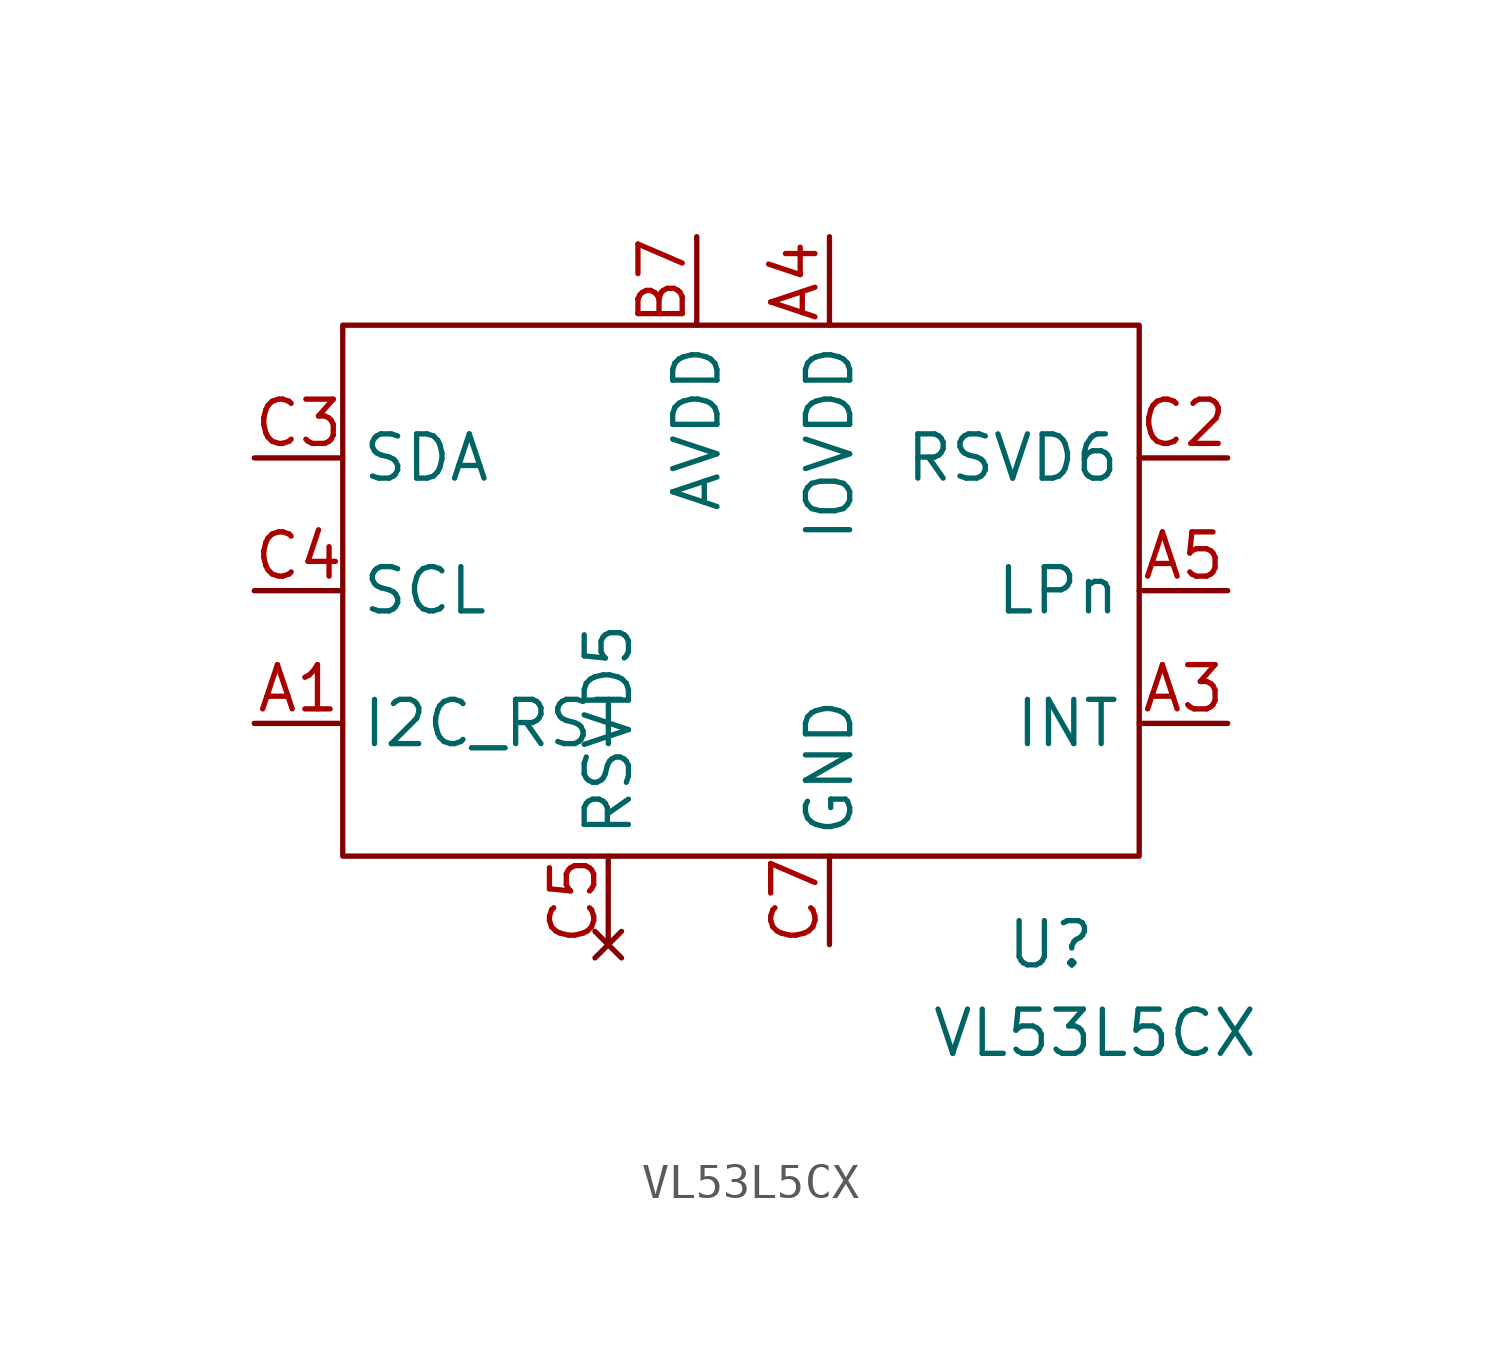
<source format=kicad_sym>
(kicad_symbol_lib
  (version 20211014)
  (generator kicad_symbol_editor)
  (symbol "VL53L5CX"
    (property "Reference" "U"
      (at 12.7 0 0)
      (effects (font (size 1.27 1.27))))
    (property "Value" "VL53L5CX"
      (at 13.97 -2.54 0)
      (effects (font (size 1.27 1.27))))
    (symbol "VL53L5CX_0_1"
      (rectangle (start -7.62 17.78) (end 15.24 2.54) (stroke (width 0) (type default) (color 0 0 0 0)) (fill (type none))))
    (symbol "VL53L5CX_1_1"
      (pin input line (at -10.16 6.35 0) (length 2.54) (name "I2C_RST" (effects (font (size 1.27 1.27)))) (number "A1" (effects (font (size 1.27 1.27)))))
      (pin power_in line (at 6.35 0 90) (length 2.54) hide (name "RSVD4" (effects (font (size 1.27 1.27)))) (number "A2" (effects (font (size 1.27 1.27)))))
      (pin bidirectional line (at 17.78 6.35 180) (length 2.54) (name "INT" (effects (font (size 1.27 1.27)))) (number "A3" (effects (font (size 1.27 1.27)))))
      (pin power_in line (at 6.35 20.32 270) (length 2.54) (name "IOVDD" (effects (font (size 1.27 1.27)))) (number "A4" (effects (font (size 1.27 1.27)))))
      (pin input line (at 17.78 10.16 180) (length 2.54) (name "LPn" (effects (font (size 1.27 1.27)))) (number "A5" (effects (font (size 1.27 1.27)))))
      (pin power_in line (at 6.35 0 90) (length 2.54) hide (name "RSVD1" (effects (font (size 1.27 1.27)))) (number "A6" (effects (font (size 1.27 1.27)))))
      (pin power_out line (at 6.35 0 90) (length 2.54) hide (name "RSVD2" (effects (font (size 1.27 1.27)))) (number "A7" (effects (font (size 1.27 1.27)))))
      (pin power_in line (at 2.54 20.32 270) (length 2.54) hide (name "AVDD" (effects (font (size 1.27 1.27)))) (number "B1" (effects (font (size 1.27 1.27)))))
      (pin power_in line (at 6.35 0 90) (length 2.54) hide (name "THERMALPAD" (effects (font (size 1.27 1.27)))) (number "B4" (effects (font (size 1.27 1.27)))))
      (pin power_in line (at 2.54 20.32 270) (length 2.54) (name "AVDD" (effects (font (size 1.27 1.27)))) (number "B7" (effects (font (size 1.27 1.27)))))
      (pin power_in line (at 6.35 0 90) (length 2.54) hide (name "GND" (effects (font (size 1.27 1.27)))) (number "C1" (effects (font (size 1.27 1.27)))))
      (pin bidirectional line (at 17.78 13.97 180) (length 2.54) (name "RSVD6" (effects (font (size 1.27 1.27)))) (number "C2" (effects (font (size 1.27 1.27)))))
      (pin bidirectional line (at -10.16 13.97 0) (length 2.54) (name "SDA" (effects (font (size 1.27 1.27)))) (number "C3" (effects (font (size 1.27 1.27)))))
      (pin input line (at -10.16 10.16 0) (length 2.54) (name "SCL" (effects (font (size 1.27 1.27)))) (number "C4" (effects (font (size 1.27 1.27)))))
      (pin no_connect line (at 0 0 90) (length 2.54) (name "RSVD5" (effects (font (size 1.27 1.27)))) (number "C5" (effects (font (size 1.27 1.27)))))
      (pin power_in line (at 6.35 0 90) (length 2.54) hide (name "RSVD3" (effects (font (size 1.27 1.27)))) (number "C6" (effects (font (size 1.27 1.27)))))
      (pin power_in line (at 6.35 0 90) (length 2.54) (name "GND" (effects (font (size 1.27 1.27)))) (number "C7" (effects (font (size 1.27 1.27))))))))
</source>
